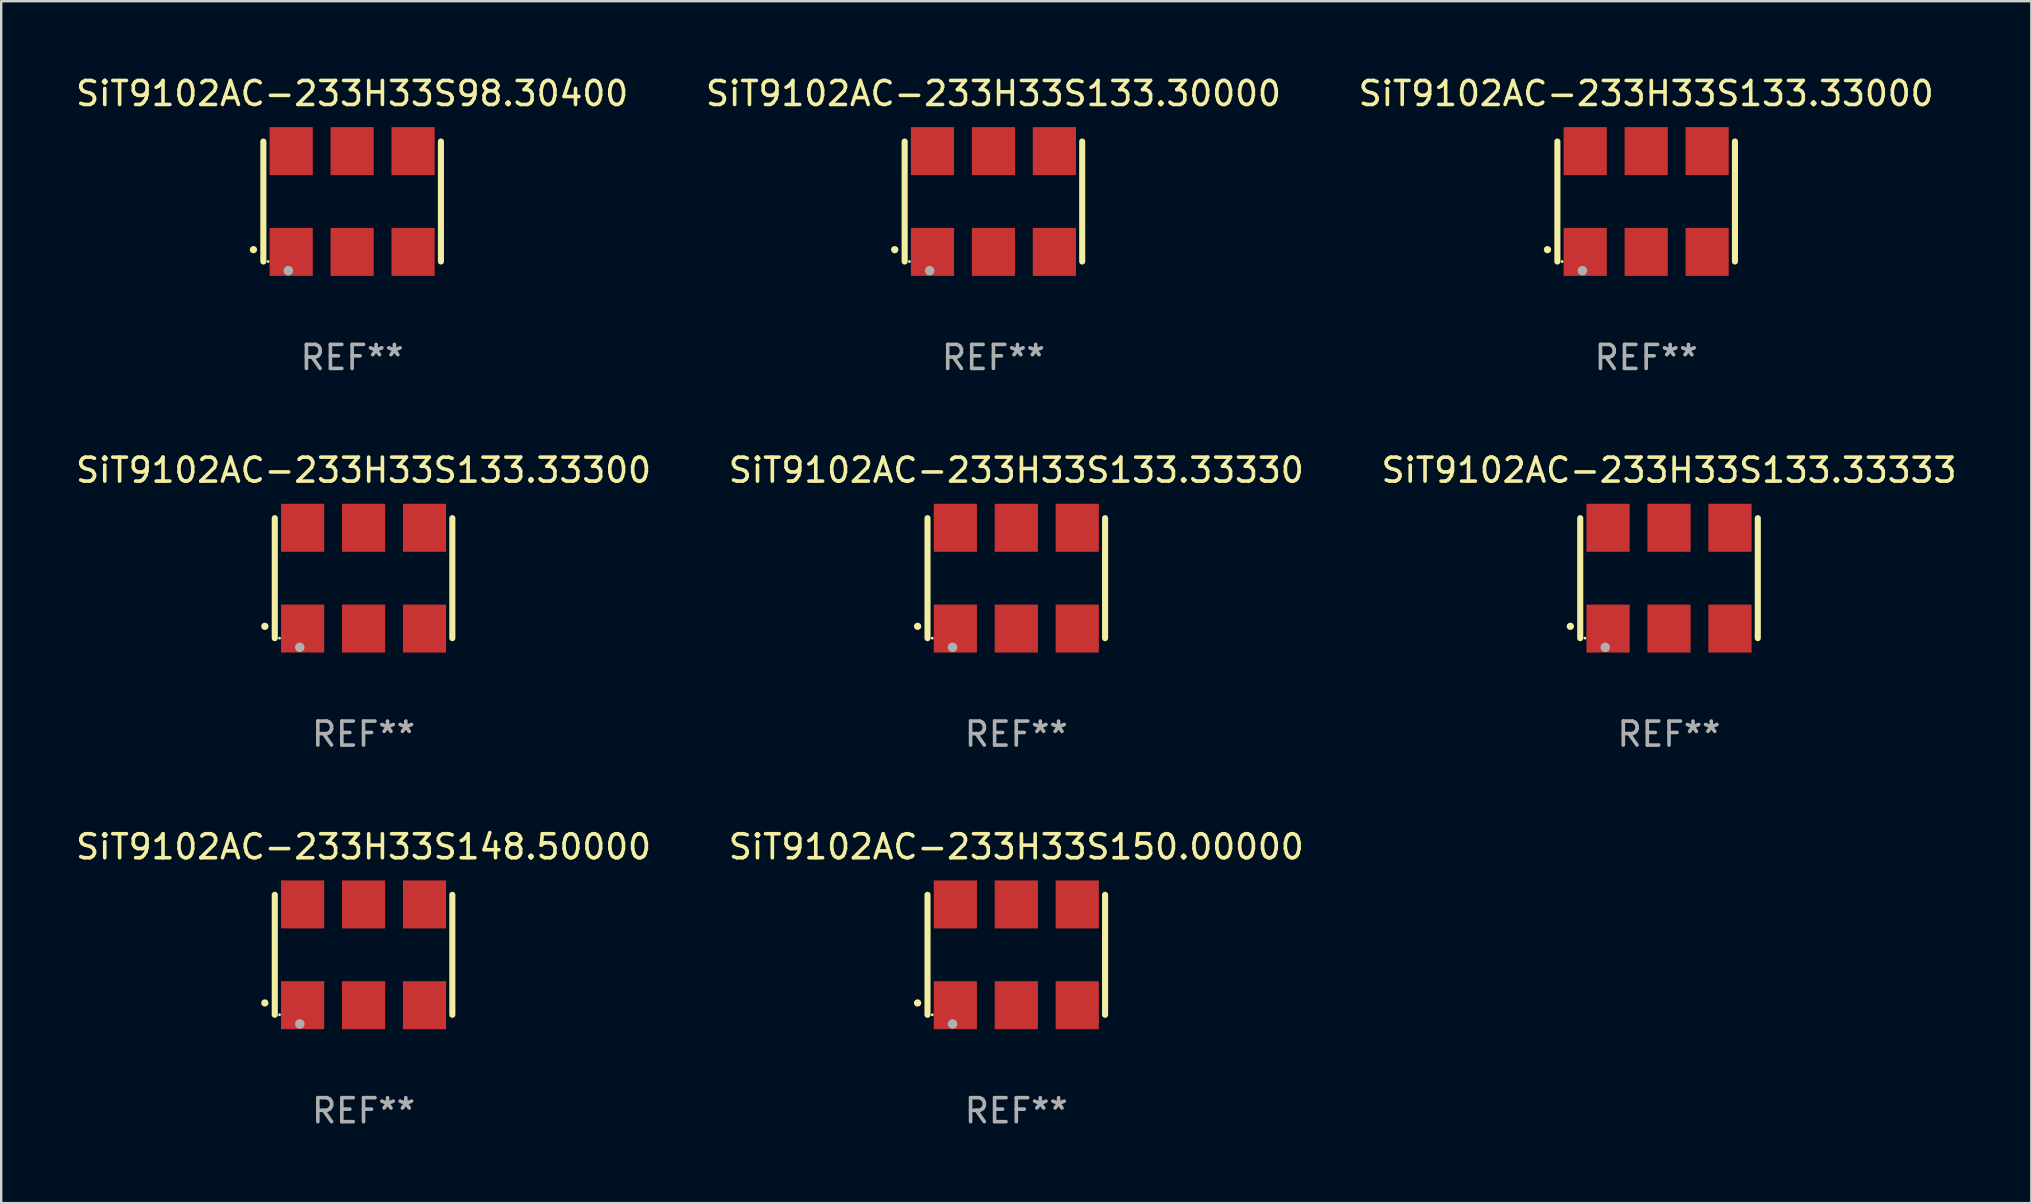
<source format=kicad_pcb>
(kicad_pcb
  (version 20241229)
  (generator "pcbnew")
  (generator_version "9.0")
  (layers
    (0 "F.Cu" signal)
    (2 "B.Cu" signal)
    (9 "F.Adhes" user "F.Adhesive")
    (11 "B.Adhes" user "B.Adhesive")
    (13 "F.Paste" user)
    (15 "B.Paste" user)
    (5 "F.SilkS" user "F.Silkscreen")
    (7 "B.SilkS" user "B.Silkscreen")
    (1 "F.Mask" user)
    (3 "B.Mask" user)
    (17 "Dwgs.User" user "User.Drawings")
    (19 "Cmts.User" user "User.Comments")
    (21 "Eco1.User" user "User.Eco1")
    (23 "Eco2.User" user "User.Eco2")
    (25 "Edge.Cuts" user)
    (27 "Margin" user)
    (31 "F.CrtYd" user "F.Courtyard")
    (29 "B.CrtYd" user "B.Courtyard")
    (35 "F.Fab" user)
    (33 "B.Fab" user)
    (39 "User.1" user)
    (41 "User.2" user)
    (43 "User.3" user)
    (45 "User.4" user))
  (footprint "SiT9102AC-233H33S133.33333"
    (layer "F.Cu")
    (at 66.506 21.045)
    (property "Reference" "SiT9102AC-233H33S133.33333" (at 0 -4.5 0) (layer "F.SilkS") (effects (font (size 1 1) (thickness 0.15))))
    (attr through_hole)
    (fp_line (start -3.7 -2.5) (end -3.7 2.5) (stroke (width 0.254) (type solid)) (layer "F.SilkS"))
    (fp_line (start 3.7 -2.5) (end 3.7 2.5) (stroke (width 0.254) (type solid)) (layer "F.SilkS"))
    (fp_arc (start -4.114415 2.006604) (mid -4.113145 2.006599) (end -4.111875 2.006604) (stroke (width 0.3) (type solid)) (layer "F.SilkS"))
    (fp_circle (center -3.502 2.5) (end -3.472 2.5) (stroke (width 0.06) (type solid)) (fill no) (layer "F.SilkS"))
    (fp_circle (center -2.657 2.882) (end -2.557 2.882) (stroke (width 0.2) (type solid)) (fill no) (layer "F.Fab"))
    (fp_text user "REF**" (at 0 6.5 0) (layer "F.Fab") (effects (font (size 1 1) (thickness 0.15))))
    (pad "1" smd rect (at -2.54 2.1) (size 1.8 2) (layers "F.Cu" "F.Mask" "F.Paste"))
    (pad "2" smd rect (at 0.000394 2.1) (size 1.8 2) (layers "F.Cu" "F.Mask" "F.Paste"))
    (pad "3" smd rect (at 2.54 2.1) (size 1.8 2) (layers "F.Cu" "F.Mask" "F.Paste"))
    (pad "4" smd rect (at 2.54 -2.1) (size 1.8 2) (layers "F.Cu" "F.Mask" "F.Paste"))
    (pad "5" smd rect (at 0.000394 -2.1) (size 1.8 2) (layers "F.Cu" "F.Mask" "F.Paste"))
    (pad "6" smd rect (at -2.54 -2.1) (size 1.8 2) (layers "F.Cu" "F.Mask" "F.Paste")))
  (footprint "SiT9102AC-233H33S133.33300"
    (layer "F.Cu")
    (at 12.101 21.045)
    (property "Reference" "SiT9102AC-233H33S133.33300" (at 0 -4.5 0) (layer "F.SilkS") (effects (font (size 1 1) (thickness 0.15))))
    (attr through_hole)
    (fp_line (start -3.7 -2.5) (end -3.7 2.5) (stroke (width 0.254) (type solid)) (layer "F.SilkS"))
    (fp_line (start 3.7 -2.5) (end 3.7 2.5) (stroke (width 0.254) (type solid)) (layer "F.SilkS"))
    (fp_arc (start -4.114415 2.006604) (mid -4.113145 2.006599) (end -4.111875 2.006604) (stroke (width 0.3) (type solid)) (layer "F.SilkS"))
    (fp_circle (center -3.502 2.5) (end -3.472 2.5) (stroke (width 0.06) (type solid)) (fill no) (layer "F.SilkS"))
    (fp_circle (center -2.657 2.882) (end -2.557 2.882) (stroke (width 0.2) (type solid)) (fill no) (layer "F.Fab"))
    (fp_text user "REF**" (at 0 6.5 0) (layer "F.Fab") (effects (font (size 1 1) (thickness 0.15))))
    (pad "1" smd rect (at -2.54 2.1) (size 1.8 2) (layers "F.Cu" "F.Mask" "F.Paste"))
    (pad "2" smd rect (at 0.000394 2.1) (size 1.8 2) (layers "F.Cu" "F.Mask" "F.Paste"))
    (pad "3" smd rect (at 2.54 2.1) (size 1.8 2) (layers "F.Cu" "F.Mask" "F.Paste"))
    (pad "4" smd rect (at 2.54 -2.1) (size 1.8 2) (layers "F.Cu" "F.Mask" "F.Paste"))
    (pad "5" smd rect (at 0.000394 -2.1) (size 1.8 2) (layers "F.Cu" "F.Mask" "F.Paste"))
    (pad "6" smd rect (at -2.54 -2.1) (size 1.8 2) (layers "F.Cu" "F.Mask" "F.Paste")))
  (footprint "SiT9102AC-233H33S150.00000"
    (layer "F.Cu")
    (at 39.304 36.741)
    (property "Reference" "SiT9102AC-233H33S150.00000" (at 0 -4.5 0) (layer "F.SilkS") (effects (font (size 1 1) (thickness 0.15))))
    (attr through_hole)
    (fp_line (start -3.7 -2.5) (end -3.7 2.5) (stroke (width 0.254) (type solid)) (layer "F.SilkS"))
    (fp_line (start 3.7 -2.5) (end 3.7 2.5) (stroke (width 0.254) (type solid)) (layer "F.SilkS"))
    (fp_arc (start -4.114415 2.006604) (mid -4.113145 2.006599) (end -4.111875 2.006604) (stroke (width 0.3) (type solid)) (layer "F.SilkS"))
    (fp_circle (center -3.502 2.5) (end -3.472 2.5) (stroke (width 0.06) (type solid)) (fill no) (layer "F.SilkS"))
    (fp_circle (center -2.657 2.882) (end -2.557 2.882) (stroke (width 0.2) (type solid)) (fill no) (layer "F.Fab"))
    (fp_text user "REF**" (at 0 6.5 0) (layer "F.Fab") (effects (font (size 1 1) (thickness 0.15))))
    (pad "1" smd rect (at -2.54 2.1) (size 1.8 2) (layers "F.Cu" "F.Mask" "F.Paste"))
    (pad "2" smd rect (at 0.000394 2.1) (size 1.8 2) (layers "F.Cu" "F.Mask" "F.Paste"))
    (pad "3" smd rect (at 2.54 2.1) (size 1.8 2) (layers "F.Cu" "F.Mask" "F.Paste"))
    (pad "4" smd rect (at 2.54 -2.1) (size 1.8 2) (layers "F.Cu" "F.Mask" "F.Paste"))
    (pad "5" smd rect (at 0.000394 -2.1) (size 1.8 2) (layers "F.Cu" "F.Mask" "F.Paste"))
    (pad "6" smd rect (at -2.54 -2.1) (size 1.8 2) (layers "F.Cu" "F.Mask" "F.Paste")))
  (footprint "SiT9102AC-233H33S133.33000"
    (layer "F.Cu")
    (at 65.554 5.348)
    (property "Reference" "SiT9102AC-233H33S133.33000" (at 0 -4.5 0) (layer "F.SilkS") (effects (font (size 1 1) (thickness 0.15))))
    (attr through_hole)
    (fp_line (start -3.7 -2.5) (end -3.7 2.5) (stroke (width 0.254) (type solid)) (layer "F.SilkS"))
    (fp_line (start 3.7 -2.5) (end 3.7 2.5) (stroke (width 0.254) (type solid)) (layer "F.SilkS"))
    (fp_arc (start -4.114415 2.006604) (mid -4.113145 2.006599) (end -4.111875 2.006604) (stroke (width 0.3) (type solid)) (layer "F.SilkS"))
    (fp_circle (center -3.502 2.5) (end -3.472 2.5) (stroke (width 0.06) (type solid)) (fill no) (layer "F.SilkS"))
    (fp_circle (center -2.657 2.882) (end -2.557 2.882) (stroke (width 0.2) (type solid)) (fill no) (layer "F.Fab"))
    (fp_text user "REF**" (at 0 6.5 0) (layer "F.Fab") (effects (font (size 1 1) (thickness 0.15))))
    (pad "1" smd rect (at -2.54 2.1) (size 1.8 2) (layers "F.Cu" "F.Mask" "F.Paste"))
    (pad "2" smd rect (at 0.000394 2.1) (size 1.8 2) (layers "F.Cu" "F.Mask" "F.Paste"))
    (pad "3" smd rect (at 2.54 2.1) (size 1.8 2) (layers "F.Cu" "F.Mask" "F.Paste"))
    (pad "4" smd rect (at 2.54 -2.1) (size 1.8 2) (layers "F.Cu" "F.Mask" "F.Paste"))
    (pad "5" smd rect (at 0.000394 -2.1) (size 1.8 2) (layers "F.Cu" "F.Mask" "F.Paste"))
    (pad "6" smd rect (at -2.54 -2.1) (size 1.8 2) (layers "F.Cu" "F.Mask" "F.Paste")))
  (footprint "SiT9102AC-233H33S148.50000"
    (layer "F.Cu")
    (at 12.101 36.741)
    (property "Reference" "SiT9102AC-233H33S148.50000" (at 0 -4.5 0) (layer "F.SilkS") (effects (font (size 1 1) (thickness 0.15))))
    (attr through_hole)
    (fp_line (start -3.7 -2.5) (end -3.7 2.5) (stroke (width 0.254) (type solid)) (layer "F.SilkS"))
    (fp_line (start 3.7 -2.5) (end 3.7 2.5) (stroke (width 0.254) (type solid)) (layer "F.SilkS"))
    (fp_arc (start -4.114415 2.006604) (mid -4.113145 2.006599) (end -4.111875 2.006604) (stroke (width 0.3) (type solid)) (layer "F.SilkS"))
    (fp_circle (center -3.502 2.5) (end -3.472 2.5) (stroke (width 0.06) (type solid)) (fill no) (layer "F.SilkS"))
    (fp_circle (center -2.657 2.882) (end -2.557 2.882) (stroke (width 0.2) (type solid)) (fill no) (layer "F.Fab"))
    (fp_text user "REF**" (at 0 6.5 0) (layer "F.Fab") (effects (font (size 1 1) (thickness 0.15))))
    (pad "1" smd rect (at -2.54 2.1) (size 1.8 2) (layers "F.Cu" "F.Mask" "F.Paste"))
    (pad "2" smd rect (at 0.000394 2.1) (size 1.8 2) (layers "F.Cu" "F.Mask" "F.Paste"))
    (pad "3" smd rect (at 2.54 2.1) (size 1.8 2) (layers "F.Cu" "F.Mask" "F.Paste"))
    (pad "4" smd rect (at 2.54 -2.1) (size 1.8 2) (layers "F.Cu" "F.Mask" "F.Paste"))
    (pad "5" smd rect (at 0.000394 -2.1) (size 1.8 2) (layers "F.Cu" "F.Mask" "F.Paste"))
    (pad "6" smd rect (at -2.54 -2.1) (size 1.8 2) (layers "F.Cu" "F.Mask" "F.Paste")))
  (footprint "SiT9102AC-233H33S98.30400"
    (layer "F.Cu")
    (at 11.625 5.348)
    (property "Reference" "SiT9102AC-233H33S98.30400" (at 0 -4.5 0) (layer "F.SilkS") (effects (font (size 1 1) (thickness 0.15))))
    (attr through_hole)
    (fp_line (start -3.7 -2.5) (end -3.7 2.5) (stroke (width 0.254) (type solid)) (layer "F.SilkS"))
    (fp_line (start 3.7 -2.5) (end 3.7 2.5) (stroke (width 0.254) (type solid)) (layer "F.SilkS"))
    (fp_arc (start -4.114415 2.006604) (mid -4.113145 2.006599) (end -4.111875 2.006604) (stroke (width 0.3) (type solid)) (layer "F.SilkS"))
    (fp_circle (center -3.502 2.5) (end -3.472 2.5) (stroke (width 0.06) (type solid)) (fill no) (layer "F.SilkS"))
    (fp_circle (center -2.657 2.882) (end -2.557 2.882) (stroke (width 0.2) (type solid)) (fill no) (layer "F.Fab"))
    (fp_text user "REF**" (at 0 6.5 0) (layer "F.Fab") (effects (font (size 1 1) (thickness 0.15))))
    (pad "1" smd rect (at -2.54 2.1) (size 1.8 2) (layers "F.Cu" "F.Mask" "F.Paste"))
    (pad "2" smd rect (at 0.000394 2.1) (size 1.8 2) (layers "F.Cu" "F.Mask" "F.Paste"))
    (pad "3" smd rect (at 2.54 2.1) (size 1.8 2) (layers "F.Cu" "F.Mask" "F.Paste"))
    (pad "4" smd rect (at 2.54 -2.1) (size 1.8 2) (layers "F.Cu" "F.Mask" "F.Paste"))
    (pad "5" smd rect (at 0.000394 -2.1) (size 1.8 2) (layers "F.Cu" "F.Mask" "F.Paste"))
    (pad "6" smd rect (at -2.54 -2.1) (size 1.8 2) (layers "F.Cu" "F.Mask" "F.Paste")))
  (footprint "SiT9102AC-233H33S133.33330"
    (layer "F.Cu")
    (at 39.304 21.045)
    (property "Reference" "SiT9102AC-233H33S133.33330" (at 0 -4.5 0) (layer "F.SilkS") (effects (font (size 1 1) (thickness 0.15))))
    (attr through_hole)
    (fp_line (start -3.7 -2.5) (end -3.7 2.5) (stroke (width 0.254) (type solid)) (layer "F.SilkS"))
    (fp_line (start 3.7 -2.5) (end 3.7 2.5) (stroke (width 0.254) (type solid)) (layer "F.SilkS"))
    (fp_arc (start -4.114415 2.006604) (mid -4.113145 2.006599) (end -4.111875 2.006604) (stroke (width 0.3) (type solid)) (layer "F.SilkS"))
    (fp_circle (center -3.502 2.5) (end -3.472 2.5) (stroke (width 0.06) (type solid)) (fill no) (layer "F.SilkS"))
    (fp_circle (center -2.657 2.882) (end -2.557 2.882) (stroke (width 0.2) (type solid)) (fill no) (layer "F.Fab"))
    (fp_text user "REF**" (at 0 6.5 0) (layer "F.Fab") (effects (font (size 1 1) (thickness 0.15))))
    (pad "1" smd rect (at -2.54 2.1) (size 1.8 2) (layers "F.Cu" "F.Mask" "F.Paste"))
    (pad "2" smd rect (at 0.000394 2.1) (size 1.8 2) (layers "F.Cu" "F.Mask" "F.Paste"))
    (pad "3" smd rect (at 2.54 2.1) (size 1.8 2) (layers "F.Cu" "F.Mask" "F.Paste"))
    (pad "4" smd rect (at 2.54 -2.1) (size 1.8 2) (layers "F.Cu" "F.Mask" "F.Paste"))
    (pad "5" smd rect (at 0.000394 -2.1) (size 1.8 2) (layers "F.Cu" "F.Mask" "F.Paste"))
    (pad "6" smd rect (at -2.54 -2.1) (size 1.8 2) (layers "F.Cu" "F.Mask" "F.Paste")))
  (footprint "SiT9102AC-233H33S133.30000"
    (layer "F.Cu")
    (at 38.351 5.348)
    (property "Reference" "SiT9102AC-233H33S133.30000" (at 0 -4.5 0) (layer "F.SilkS") (effects (font (size 1 1) (thickness 0.15))))
    (attr through_hole)
    (fp_line (start -3.7 -2.5) (end -3.7 2.5) (stroke (width 0.254) (type solid)) (layer "F.SilkS"))
    (fp_line (start 3.7 -2.5) (end 3.7 2.5) (stroke (width 0.254) (type solid)) (layer "F.SilkS"))
    (fp_arc (start -4.114415 2.006604) (mid -4.113145 2.006599) (end -4.111875 2.006604) (stroke (width 0.3) (type solid)) (layer "F.SilkS"))
    (fp_circle (center -3.502 2.5) (end -3.472 2.5) (stroke (width 0.06) (type solid)) (fill no) (layer "F.SilkS"))
    (fp_circle (center -2.657 2.882) (end -2.557 2.882) (stroke (width 0.2) (type solid)) (fill no) (layer "F.Fab"))
    (fp_text user "REF**" (at 0 6.5 0) (layer "F.Fab") (effects (font (size 1 1) (thickness 0.15))))
    (pad "1" smd rect (at -2.54 2.1) (size 1.8 2) (layers "F.Cu" "F.Mask" "F.Paste"))
    (pad "2" smd rect (at 0.000394 2.1) (size 1.8 2) (layers "F.Cu" "F.Mask" "F.Paste"))
    (pad "3" smd rect (at 2.54 2.1) (size 1.8 2) (layers "F.Cu" "F.Mask" "F.Paste"))
    (pad "4" smd rect (at 2.54 -2.1) (size 1.8 2) (layers "F.Cu" "F.Mask" "F.Paste"))
    (pad "5" smd rect (at 0.000394 -2.1) (size 1.8 2) (layers "F.Cu" "F.Mask" "F.Paste"))
    (pad "6" smd rect (at -2.54 -2.1) (size 1.8 2) (layers "F.Cu" "F.Mask" "F.Paste")))
  (gr_rect
    (start -3 -3)
    (end 81.607 47.09)
    (stroke (width 0.1) (type default))
    (fill no)
    (layer "Edge.Cuts")))
</source>
